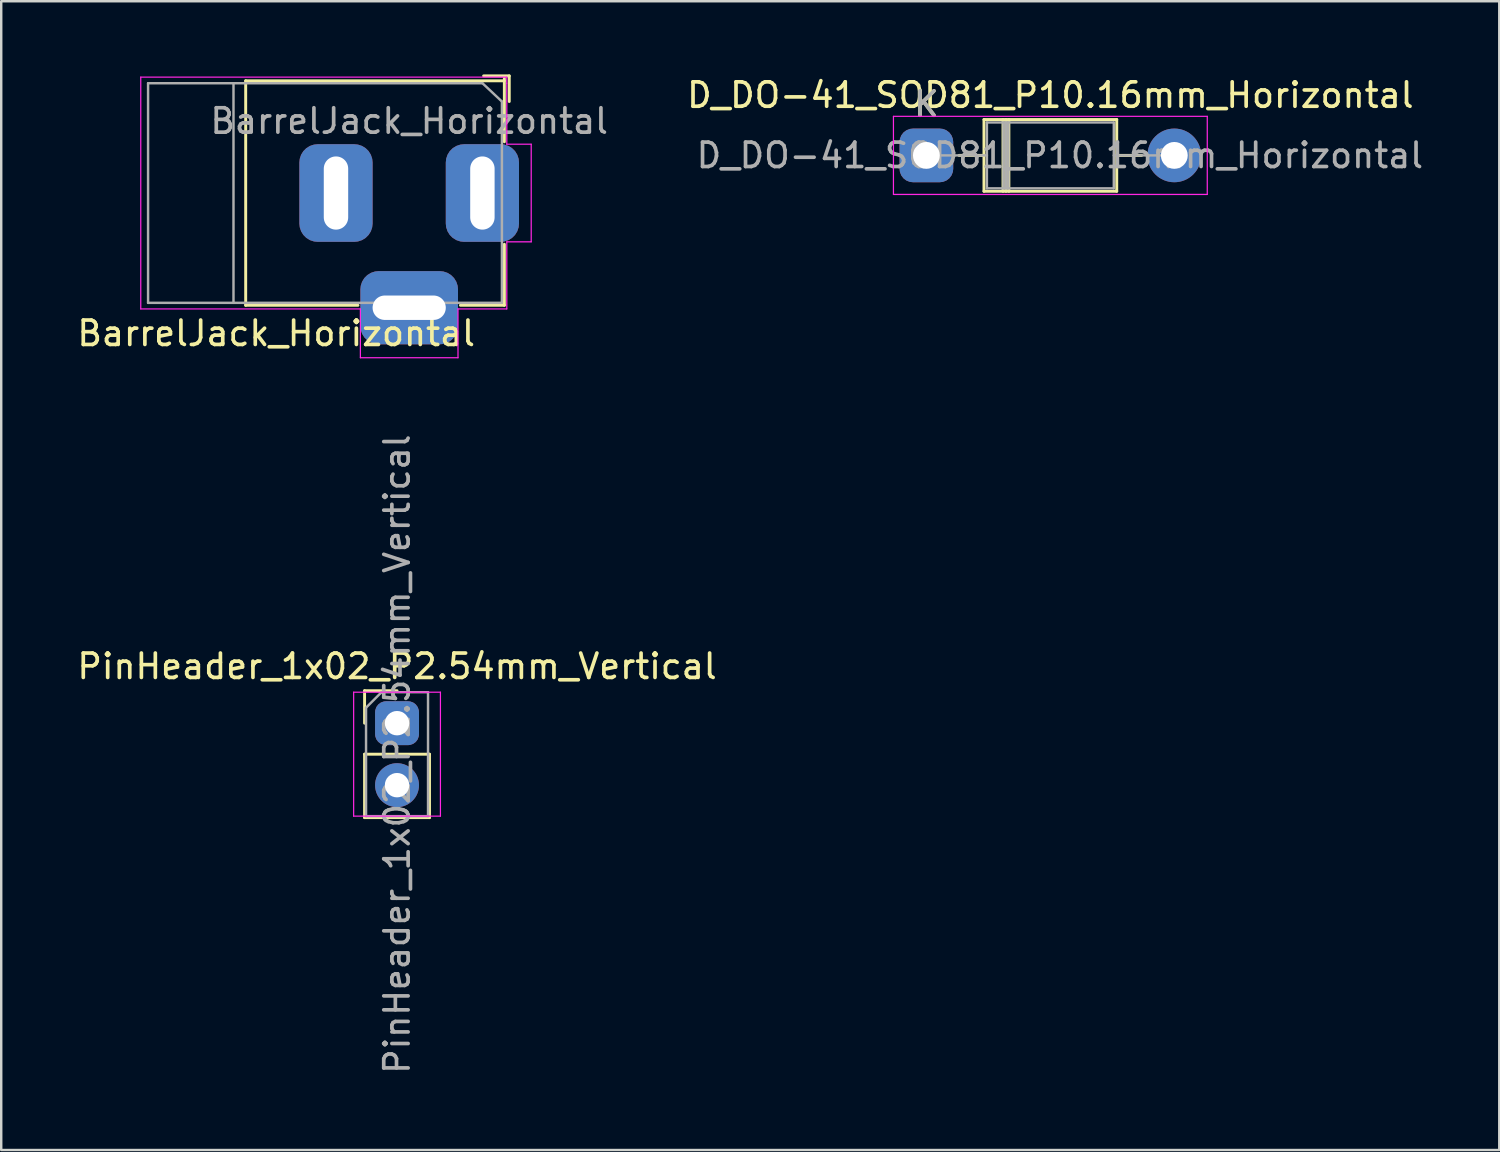
<source format=kicad_pcb>
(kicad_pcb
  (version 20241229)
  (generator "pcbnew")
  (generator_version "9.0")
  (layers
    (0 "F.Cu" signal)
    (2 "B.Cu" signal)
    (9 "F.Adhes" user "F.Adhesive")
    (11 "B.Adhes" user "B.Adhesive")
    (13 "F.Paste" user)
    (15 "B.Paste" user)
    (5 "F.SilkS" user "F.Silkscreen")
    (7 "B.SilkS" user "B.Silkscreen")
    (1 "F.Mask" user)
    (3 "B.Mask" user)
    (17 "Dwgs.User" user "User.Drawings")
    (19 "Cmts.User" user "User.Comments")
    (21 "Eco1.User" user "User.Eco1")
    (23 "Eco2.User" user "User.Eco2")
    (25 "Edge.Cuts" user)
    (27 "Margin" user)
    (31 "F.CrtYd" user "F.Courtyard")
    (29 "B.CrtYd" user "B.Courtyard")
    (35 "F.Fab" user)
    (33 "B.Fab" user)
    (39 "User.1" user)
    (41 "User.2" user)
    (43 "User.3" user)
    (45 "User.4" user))
  (footprint "PinHeader_1x02_P2.54mm_Vertical"
    (layer "F.Cu")
    (at 13.22 26.585)
    (property "Reference" "PinHeader_1x02_P2.54mm_Vertical" (at 0 -2.33 0) (layer "F.SilkS") (effects (font (size 1 1) (thickness 0.15))))
    (attr through_hole)
    (fp_line (start -1.33 -1.33) (end 0 -1.33) (stroke (width 0.12) (type solid)) (layer "F.SilkS"))
    (fp_line (start -1.33 0) (end -1.33 -1.33) (stroke (width 0.12) (type solid)) (layer "F.SilkS"))
    (fp_line (start -1.33 1.27) (end -1.33 3.87) (stroke (width 0.12) (type solid)) (layer "F.SilkS"))
    (fp_line (start -1.33 1.27) (end 1.33 1.27) (stroke (width 0.12) (type solid)) (layer "F.SilkS"))
    (fp_line (start -1.33 3.87) (end 1.33 3.87) (stroke (width 0.12) (type solid)) (layer "F.SilkS"))
    (fp_line (start 1.33 1.27) (end 1.33 3.87) (stroke (width 0.12) (type solid)) (layer "F.SilkS"))
    (fp_line (start -1.778 -1.27) (end -1.778 3.81) (stroke (width 0.05) (type solid)) (layer "F.CrtYd"))
    (fp_line (start -1.778 3.81) (end 1.778 3.81) (stroke (width 0.05) (type solid)) (layer "F.CrtYd"))
    (fp_line (start 1.778 -1.27) (end -1.778 -1.27) (stroke (width 0.05) (type solid)) (layer "F.CrtYd"))
    (fp_line (start 1.778 3.81) (end 1.778 -1.27) (stroke (width 0.05) (type solid)) (layer "F.CrtYd"))
    (fp_line (start -1.27 -0.635) (end -0.635 -1.27) (stroke (width 0.1) (type solid)) (layer "F.Fab"))
    (fp_line (start -1.27 3.81) (end -1.27 -0.635) (stroke (width 0.1) (type solid)) (layer "F.Fab"))
    (fp_line (start -0.635 -1.27) (end 1.27 -1.27) (stroke (width 0.1) (type solid)) (layer "F.Fab"))
    (fp_line (start 1.27 -1.27) (end 1.27 3.81) (stroke (width 0.1) (type solid)) (layer "F.Fab"))
    (fp_line (start 1.27 3.81) (end -1.27 3.81) (stroke (width 0.1) (type solid)) (layer "F.Fab"))
    (fp_text user "${REFERENCE}" (at 0 1.27 90) (layer "F.Fab") (effects (font (size 1 1) (thickness 0.15))))
    (pad "1" thru_hole roundrect (at 0 0) (size 1.8 1.8) (drill 1) (layers "*.Cu" "*.Mask") (roundrect_rratio 0.25))
    (pad "2" thru_hole circle (at 0 2.54) (size 1.8 1.8) (drill 1) (layers "*.Cu" "*.Mask")))
  (footprint "BarrelJack_Horizontal"
    (layer "F.Cu")
    (at 16.718 4.86)
    (property "Reference" "BarrelJack_Horizontal" (at -8.45 5.75 0) (layer "F.SilkS") (effects (font (size 1 1) (thickness 0.15))))
    (attr through_hole)
    (fp_line (start -9.7 -4.6) (end 0.9 -4.6) (stroke (width 0.12) (type solid)) (layer "F.SilkS"))
    (fp_line (start -9.7 4.6) (end -9.7 -4.6) (stroke (width 0.12) (type solid)) (layer "F.SilkS"))
    (fp_line (start -5.1 4.6) (end -9.7 4.6) (stroke (width 0.12) (type solid)) (layer "F.SilkS"))
    (fp_line (start 0.05 -4.8) (end 1.1 -4.8) (stroke (width 0.12) (type solid)) (layer "F.SilkS"))
    (fp_line (start 0.9 -4.7) (end 0.9 -2.1) (stroke (width 0.12) (type solid)) (layer "F.SilkS"))
    (fp_line (start 0.9 2.1) (end 0.9 4.6) (stroke (width 0.12) (type solid)) (layer "F.SilkS"))
    (fp_line (start 0.9 4.6) (end -0.9 4.6) (stroke (width 0.12) (type solid)) (layer "F.SilkS"))
    (fp_line (start 1.1 -3.75) (end 1.1 -4.8) (stroke (width 0.12) (type solid)) (layer "F.SilkS"))
    (fp_line (start -14 4.75) (end -14 -4.75) (stroke (width 0.05) (type solid)) (layer "F.CrtYd"))
    (fp_line (start -5 4.75) (end -14 4.75) (stroke (width 0.05) (type solid)) (layer "F.CrtYd"))
    (fp_line (start -5 6.75) (end -5 4.75) (stroke (width 0.05) (type solid)) (layer "F.CrtYd"))
    (fp_line (start -1 4.75) (end -1 6.75) (stroke (width 0.05) (type solid)) (layer "F.CrtYd"))
    (fp_line (start -1 6.75) (end -5 6.75) (stroke (width 0.05) (type solid)) (layer "F.CrtYd"))
    (fp_line (start 1 -4.75) (end -14 -4.75) (stroke (width 0.05) (type solid)) (layer "F.CrtYd"))
    (fp_line (start 1 -4.5) (end 1 -4.75) (stroke (width 0.05) (type solid)) (layer "F.CrtYd"))
    (fp_line (start 1 -4.5) (end 1 -2) (stroke (width 0.05) (type solid)) (layer "F.CrtYd"))
    (fp_line (start 1 -2) (end 2 -2) (stroke (width 0.05) (type solid)) (layer "F.CrtYd"))
    (fp_line (start 1 2) (end 1 4.75) (stroke (width 0.05) (type solid)) (layer "F.CrtYd"))
    (fp_line (start 1 4.75) (end -1 4.75) (stroke (width 0.05) (type solid)) (layer "F.CrtYd"))
    (fp_line (start 2 -2) (end 2 2) (stroke (width 0.05) (type solid)) (layer "F.CrtYd"))
    (fp_line (start 2 2) (end 1 2) (stroke (width 0.05) (type solid)) (layer "F.CrtYd"))
    (fp_line (start -13.7 -4.5) (end -13.7 4.5) (stroke (width 0.1) (type solid)) (layer "F.Fab"))
    (fp_line (start -13.7 4.5) (end 0.8 4.5) (stroke (width 0.1) (type solid)) (layer "F.Fab"))
    (fp_line (start -10.2 -4.5) (end -10.2 4.5) (stroke (width 0.1) (type solid)) (layer "F.Fab"))
    (fp_line (start -0.003 -4.505) (end 0.8 -3.75) (stroke (width 0.1) (type solid)) (layer "F.Fab"))
    (fp_line (start 0 -4.5) (end -13.7 -4.5) (stroke (width 0.1) (type solid)) (layer "F.Fab"))
    (fp_line (start 0.8 4.5) (end 0.8 -3.75) (stroke (width 0.1) (type solid)) (layer "F.Fab"))
    (fp_text user "${REFERENCE}" (at -3 -2.95 0) (layer "F.Fab") (effects (font (size 1 1) (thickness 0.15))))
    (pad "1" thru_hole roundrect (at 0 0) (size 3 4) (drill oval 1 3) (layers "*.Cu" "*.Mask") (roundrect_rratio 0.25))
    (pad "2" thru_hole roundrect (at -6 0) (size 3 4) (drill oval 1 3) (layers "*.Cu" "*.Mask") (roundrect_rratio 0.25))
    (pad "3" thru_hole roundrect (at -3 4.7) (size 4 3) (drill oval 3 1) (layers "*.Cu" "*.Mask") (roundrect_rratio 0.25)))
  (footprint "D_DO-41_SOD81_P10.16mm_Horizontal"
    (layer "F.Cu")
    (at 34.912 3.318)
    (property "Reference" "D_DO-41_SOD81_P10.16mm_Horizontal" (at 5.08 -2.47 0) (layer "F.SilkS") (effects (font (size 1 1) (thickness 0.15))))
    (attr through_hole)
    (fp_line (start 1.34 0) (end 2.36 0) (stroke (width 0.12) (type solid)) (layer "F.SilkS"))
    (fp_line (start 2.36 -1.47) (end 2.36 1.47) (stroke (width 0.12) (type solid)) (layer "F.SilkS"))
    (fp_line (start 2.36 1.47) (end 7.8 1.47) (stroke (width 0.12) (type solid)) (layer "F.SilkS"))
    (fp_line (start 3.14 -1.47) (end 3.14 1.47) (stroke (width 0.12) (type solid)) (layer "F.SilkS"))
    (fp_line (start 3.26 -1.47) (end 3.26 1.47) (stroke (width 0.12) (type solid)) (layer "F.SilkS"))
    (fp_line (start 3.38 -1.47) (end 3.38 1.47) (stroke (width 0.12) (type solid)) (layer "F.SilkS"))
    (fp_line (start 7.8 -1.47) (end 2.36 -1.47) (stroke (width 0.12) (type solid)) (layer "F.SilkS"))
    (fp_line (start 7.8 1.47) (end 7.8 -1.47) (stroke (width 0.12) (type solid)) (layer "F.SilkS"))
    (fp_line (start 8.82 0) (end 7.8 0) (stroke (width 0.12) (type solid)) (layer "F.SilkS"))
    (fp_line (start -1.35 -1.6) (end -1.35 1.6) (stroke (width 0.05) (type solid)) (layer "F.CrtYd"))
    (fp_line (start -1.35 1.6) (end 11.51 1.6) (stroke (width 0.05) (type solid)) (layer "F.CrtYd"))
    (fp_line (start 11.51 -1.6) (end -1.35 -1.6) (stroke (width 0.05) (type solid)) (layer "F.CrtYd"))
    (fp_line (start 11.51 1.6) (end 11.51 -1.6) (stroke (width 0.05) (type solid)) (layer "F.CrtYd"))
    (fp_line (start 0 0) (end 2.48 0) (stroke (width 0.1) (type solid)) (layer "F.Fab"))
    (fp_line (start 2.48 -1.35) (end 2.48 1.35) (stroke (width 0.1) (type solid)) (layer "F.Fab"))
    (fp_line (start 2.48 1.35) (end 7.68 1.35) (stroke (width 0.1) (type solid)) (layer "F.Fab"))
    (fp_line (start 3.16 -1.35) (end 3.16 1.35) (stroke (width 0.1) (type solid)) (layer "F.Fab"))
    (fp_line (start 3.26 -1.35) (end 3.26 1.35) (stroke (width 0.1) (type solid)) (layer "F.Fab"))
    (fp_line (start 3.36 -1.35) (end 3.36 1.35) (stroke (width 0.1) (type solid)) (layer "F.Fab"))
    (fp_line (start 7.68 -1.35) (end 2.48 -1.35) (stroke (width 0.1) (type solid)) (layer "F.Fab"))
    (fp_line (start 7.68 1.35) (end 7.68 -1.35) (stroke (width 0.1) (type solid)) (layer "F.Fab"))
    (fp_line (start 10.16 0) (end 7.68 0) (stroke (width 0.1) (type solid)) (layer "F.Fab"))
    (fp_text user "K" (at 0 -2.1 0) (layer "F.SilkS") (effects (font (size 1 1) (thickness 0.15))))
    (fp_text user "${REFERENCE}" (at 5.47 0 0) (layer "F.Fab") (effects (font (size 1 1) (thickness 0.15))))
    (fp_text user "K" (at 0 -2.1 0) (layer "F.Fab") (effects (font (size 1 1) (thickness 0.15))))
    (pad "1" thru_hole roundrect (at 0 0) (size 2.2 2.2) (drill 1.1) (layers "*.Cu" "*.Mask") (roundrect_rratio 0.25))
    (pad "2" thru_hole oval (at 10.16 0) (size 2.2 2.2) (drill 1.1) (layers "*.Cu" "*.Mask")))
  (gr_rect
    (start -3 -3)
    (end 58.388 44.075)
    (stroke (width 0.1) (type default))
    (fill no)
    (layer "Edge.Cuts")))
</source>
